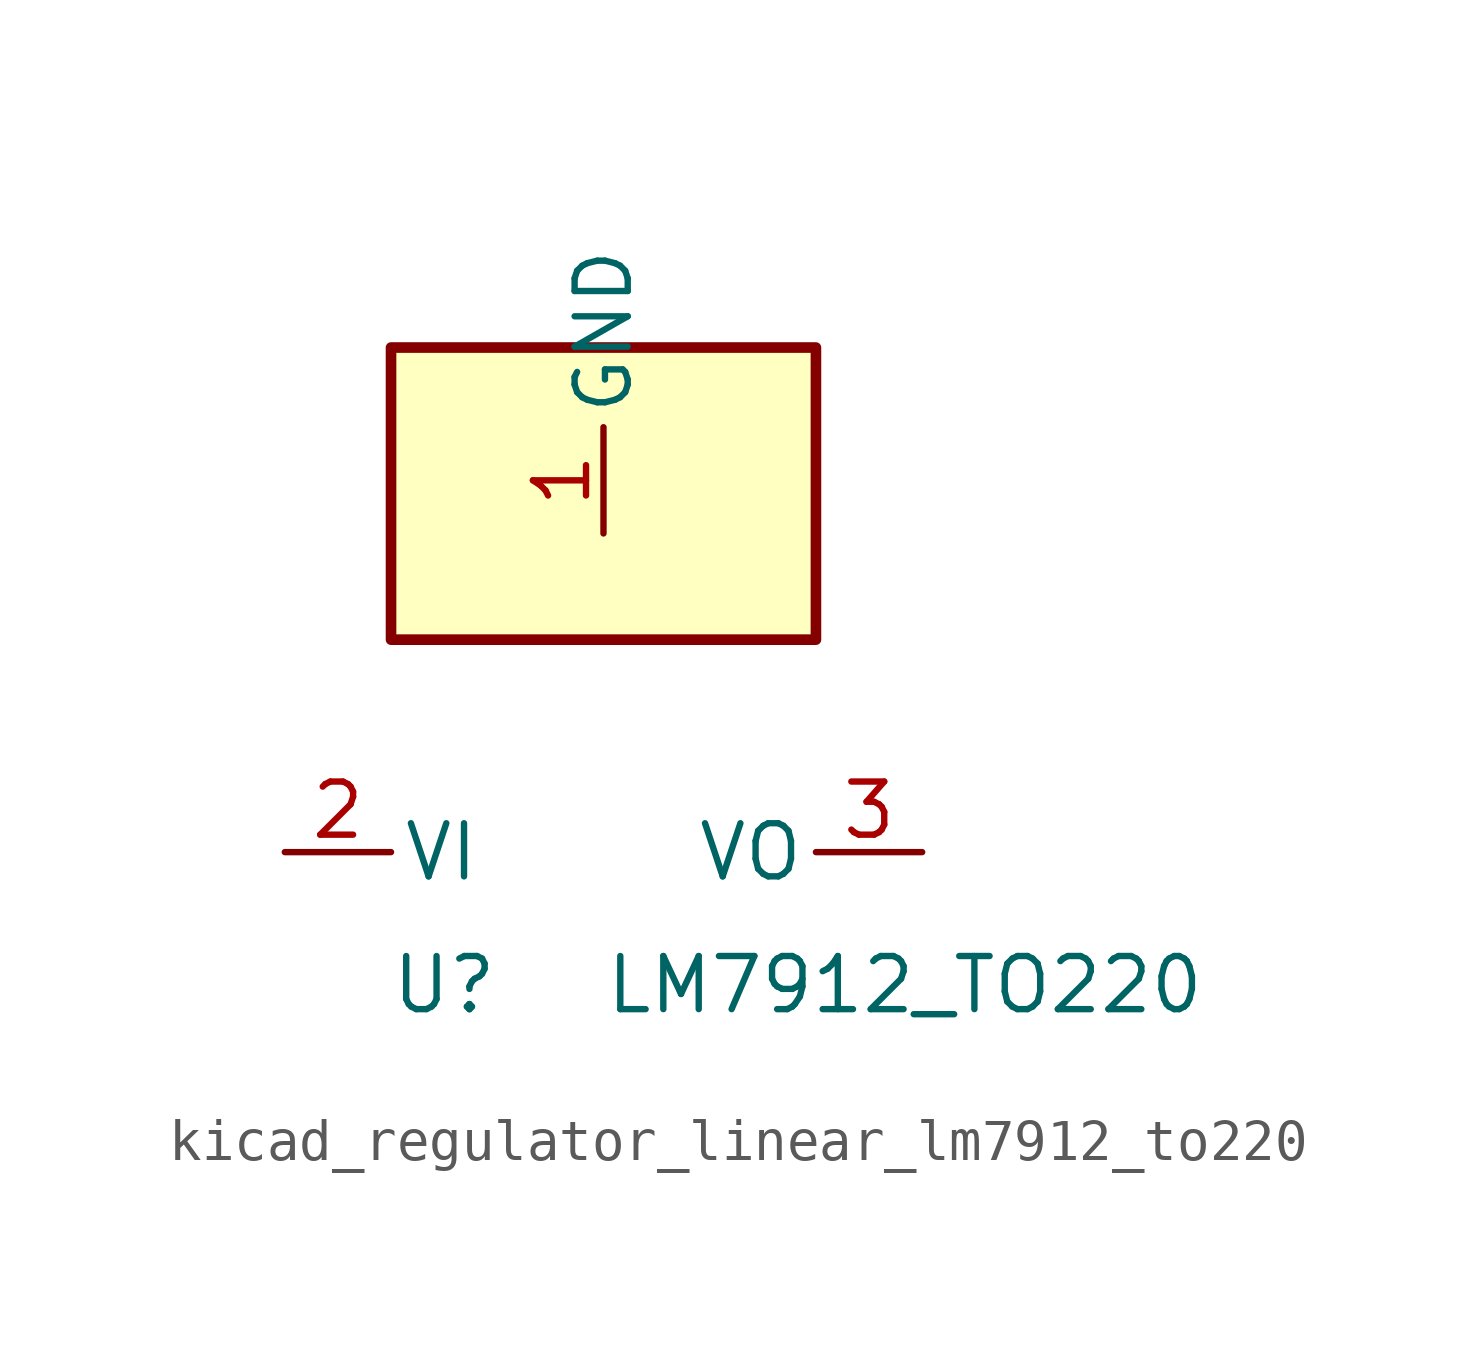
<source format=kicad_sym>
(kicad_symbol_lib
  (version 20220914)
  (generator kicad_symbol_editor)
  (symbol "kicad_regulator_linear_lm7912_to220"
    (pin_names
      (offset 0.254))
    (property "Reference" "U"
      (at -3.81 -3.175 0)
      (effects (font (size 1.27 1.27))))
    (property "Value" "LM7912_TO220"
      (at 0 -3.175 0)
      (effects (font (size 1.27 1.27)) (justify left)))
    (symbol "kicad_regulator_linear_lm7912_to220_0_1"
      (rectangle (start 5.08 12.065) (end -5.08 5.08) (stroke (width 0.254) (type default)) (fill (type background))))
    (symbol "kicad_regulator_linear_lm7912_to220_1_1"
      (pin power_in line (at 0 7.62 90) (length 2.54) (name "GND" (effects (font (size 1.27 1.27)))) (number "1" (effects (font (size 1.27 1.27)))))
      (pin power_in line (at -7.62 0 0) (length 2.54) (name "VI" (effects (font (size 1.27 1.27)))) (number "2" (effects (font (size 1.27 1.27)))))
      (pin power_out line (at 7.62 0 180) (length 2.54) (name "VO" (effects (font (size 1.27 1.27)))) (number "3" (effects (font (size 1.27 1.27))))))))
</source>
